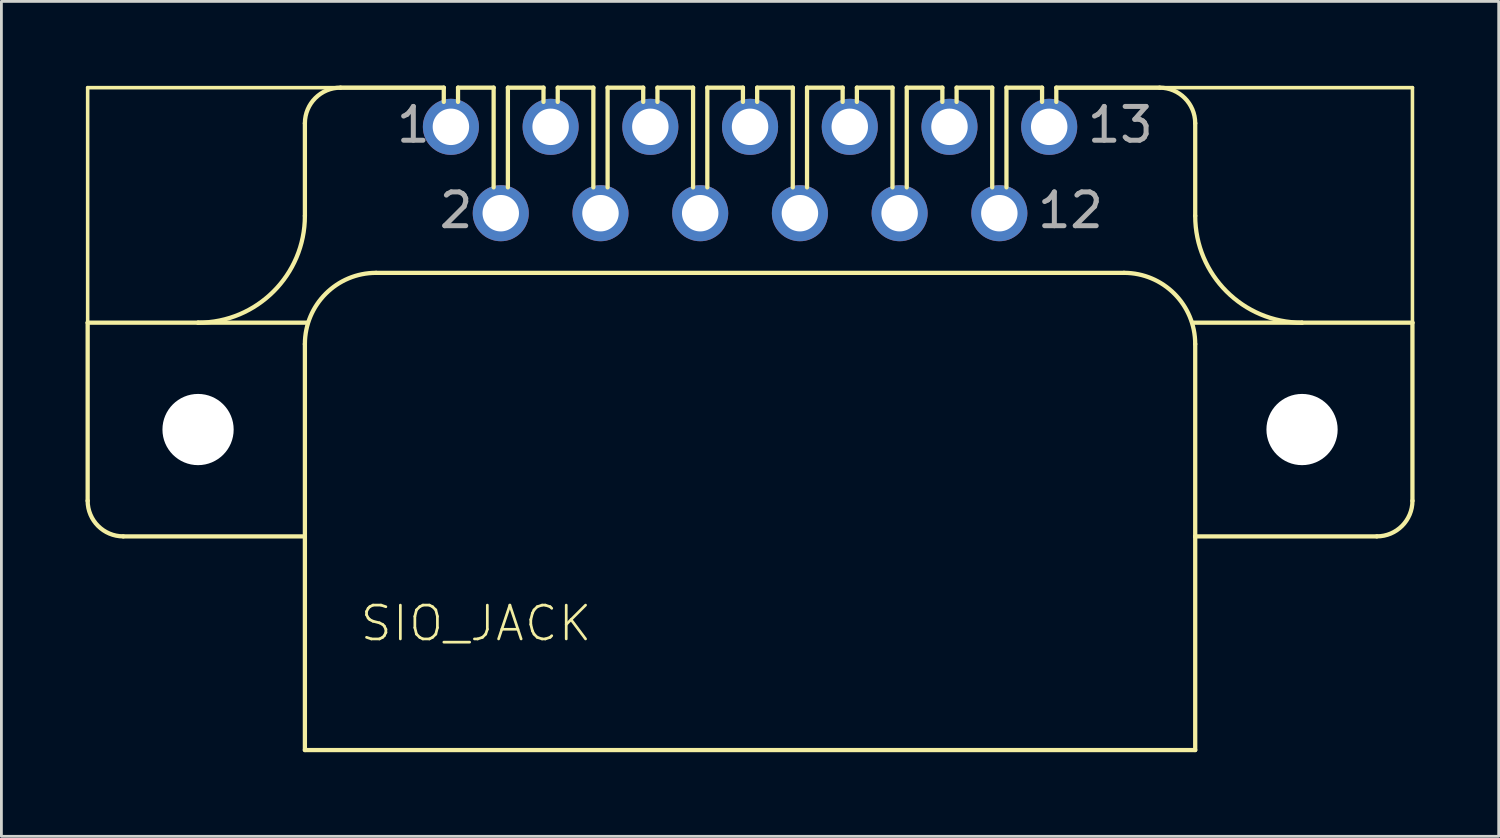
<source format=kicad_pcb>
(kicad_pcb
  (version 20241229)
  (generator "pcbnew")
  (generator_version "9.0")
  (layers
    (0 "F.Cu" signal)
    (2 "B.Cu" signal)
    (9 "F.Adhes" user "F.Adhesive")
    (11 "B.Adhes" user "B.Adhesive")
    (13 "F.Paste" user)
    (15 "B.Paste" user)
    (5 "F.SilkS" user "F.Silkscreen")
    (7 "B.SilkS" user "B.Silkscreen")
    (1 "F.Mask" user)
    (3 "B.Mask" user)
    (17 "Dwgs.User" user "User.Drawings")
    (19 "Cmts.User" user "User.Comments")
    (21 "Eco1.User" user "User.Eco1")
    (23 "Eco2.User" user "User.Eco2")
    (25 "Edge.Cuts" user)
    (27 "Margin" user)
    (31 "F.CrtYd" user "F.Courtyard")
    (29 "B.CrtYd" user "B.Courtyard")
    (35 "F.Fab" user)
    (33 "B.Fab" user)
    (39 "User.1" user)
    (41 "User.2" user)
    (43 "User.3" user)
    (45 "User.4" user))
  (footprint "SIO_JACK"
    (layer "F.Cu")
    (at 24.968 12.268)
    (property "Reference" "SIO_JACK" (at -15.24 7.62 180) (layer "F.SilkS") (effects (font (size 1.206 1.206) (thickness 0.097)) (justify left bottom)))
    (attr through_hole)
    (fp_line (start -24.892 -12.192) (end -12.192 -12.192) (stroke (width 0.127) (type solid)) (layer "F.SilkS"))
    (fp_line (start -24.892 -3.81) (end -24.892 -12.192) (stroke (width 0.127) (type solid)) (layer "F.SilkS"))
    (fp_line (start -24.892 -3.81) (end -20.955 -3.81) (stroke (width 0.152) (type solid)) (layer "F.SilkS"))
    (fp_line (start -24.892 2.54) (end -24.892 -3.81) (stroke (width 0.152) (type solid)) (layer "F.SilkS"))
    (fp_line (start -20.955 -3.81) (end -17.043 -3.81) (stroke (width 0.152) (type solid)) (layer "F.SilkS"))
    (fp_line (start -17.145 -10.922) (end -17.145 -7.62) (stroke (width 0.152) (type solid)) (layer "F.SilkS"))
    (fp_line (start -17.145 3.81) (end -23.622 3.81) (stroke (width 0.152) (type solid)) (layer "F.SilkS"))
    (fp_line (start -17.145 3.81) (end -17.145 -3.048) (stroke (width 0.152) (type solid)) (layer "F.SilkS"))
    (fp_line (start -17.145 11.43) (end -17.145 3.81) (stroke (width 0.152) (type solid)) (layer "F.SilkS"))
    (fp_line (start -15.875 -12.192) (end -12.192 -12.192) (stroke (width 0.152) (type solid)) (layer "F.SilkS"))
    (fp_line (start -12.192 -12.192) (end -12.192 -11.684) (stroke (width 0.152) (type solid)) (layer "F.SilkS"))
    (fp_line (start -11.684 -12.192) (end -11.684 -11.684) (stroke (width 0.152) (type solid)) (layer "F.SilkS"))
    (fp_line (start -11.684 -12.192) (end -10.414 -12.192) (stroke (width 0.152) (type solid)) (layer "F.SilkS"))
    (fp_line (start -10.414 -8.636) (end -10.414 -12.192) (stroke (width 0.152) (type solid)) (layer "F.SilkS"))
    (fp_line (start -9.906 -12.192) (end -8.636 -12.192) (stroke (width 0.152) (type solid)) (layer "F.SilkS"))
    (fp_line (start -9.906 -8.636) (end -9.906 -12.192) (stroke (width 0.152) (type solid)) (layer "F.SilkS"))
    (fp_line (start -8.636 -11.684) (end -8.636 -12.192) (stroke (width 0.152) (type solid)) (layer "F.SilkS"))
    (fp_line (start -8.128 -12.192) (end -6.858 -12.192) (stroke (width 0.152) (type solid)) (layer "F.SilkS"))
    (fp_line (start -8.128 -11.684) (end -8.128 -12.192) (stroke (width 0.152) (type solid)) (layer "F.SilkS"))
    (fp_line (start -6.858 -8.636) (end -6.858 -12.192) (stroke (width 0.152) (type solid)) (layer "F.SilkS"))
    (fp_line (start -6.35 -12.192) (end -5.08 -12.192) (stroke (width 0.152) (type solid)) (layer "F.SilkS"))
    (fp_line (start -6.35 -8.636) (end -6.35 -12.192) (stroke (width 0.152) (type solid)) (layer "F.SilkS"))
    (fp_line (start -5.08 -11.684) (end -5.08 -12.192) (stroke (width 0.152) (type solid)) (layer "F.SilkS"))
    (fp_line (start -4.572 -12.192) (end -3.302 -12.192) (stroke (width 0.152) (type solid)) (layer "F.SilkS"))
    (fp_line (start -4.572 -11.684) (end -4.572 -12.192) (stroke (width 0.152) (type solid)) (layer "F.SilkS"))
    (fp_line (start -3.302 -8.636) (end -3.302 -12.192) (stroke (width 0.152) (type solid)) (layer "F.SilkS"))
    (fp_line (start -2.794 -12.192) (end -1.524 -12.192) (stroke (width 0.152) (type solid)) (layer "F.SilkS"))
    (fp_line (start -2.794 -8.636) (end -2.794 -12.192) (stroke (width 0.152) (type solid)) (layer "F.SilkS"))
    (fp_line (start -1.524 -11.684) (end -1.524 -12.192) (stroke (width 0.152) (type solid)) (layer "F.SilkS"))
    (fp_line (start -1.016 -12.192) (end 0.254 -12.192) (stroke (width 0.152) (type solid)) (layer "F.SilkS"))
    (fp_line (start -1.016 -11.684) (end -1.016 -12.192) (stroke (width 0.152) (type solid)) (layer "F.SilkS"))
    (fp_line (start 0.254 -8.636) (end 0.254 -12.192) (stroke (width 0.152) (type solid)) (layer "F.SilkS"))
    (fp_line (start 0.762 -12.192) (end 2.032 -12.192) (stroke (width 0.152) (type solid)) (layer "F.SilkS"))
    (fp_line (start 0.762 -8.636) (end 0.762 -12.192) (stroke (width 0.152) (type solid)) (layer "F.SilkS"))
    (fp_line (start 2.032 -11.684) (end 2.032 -12.192) (stroke (width 0.152) (type solid)) (layer "F.SilkS"))
    (fp_line (start 2.54 -12.192) (end 3.81 -12.192) (stroke (width 0.152) (type solid)) (layer "F.SilkS"))
    (fp_line (start 2.54 -11.684) (end 2.54 -12.192) (stroke (width 0.152) (type solid)) (layer "F.SilkS"))
    (fp_line (start 3.81 -8.636) (end 3.81 -12.192) (stroke (width 0.152) (type solid)) (layer "F.SilkS"))
    (fp_line (start 4.318 -12.192) (end 5.588 -12.192) (stroke (width 0.152) (type solid)) (layer "F.SilkS"))
    (fp_line (start 4.318 -8.636) (end 4.318 -12.192) (stroke (width 0.152) (type solid)) (layer "F.SilkS"))
    (fp_line (start 5.588 -11.684) (end 5.588 -12.192) (stroke (width 0.152) (type solid)) (layer "F.SilkS"))
    (fp_line (start 6.096 -12.192) (end 7.366 -12.192) (stroke (width 0.152) (type solid)) (layer "F.SilkS"))
    (fp_line (start 6.096 -11.684) (end 6.096 -12.192) (stroke (width 0.152) (type solid)) (layer "F.SilkS"))
    (fp_line (start 7.366 -8.636) (end 7.366 -12.192) (stroke (width 0.152) (type solid)) (layer "F.SilkS"))
    (fp_line (start 7.874 -12.192) (end 9.144 -12.192) (stroke (width 0.152) (type solid)) (layer "F.SilkS"))
    (fp_line (start 7.874 -8.636) (end 7.874 -12.192) (stroke (width 0.152) (type solid)) (layer "F.SilkS"))
    (fp_line (start 9.144 -11.684) (end 9.144 -12.192) (stroke (width 0.152) (type solid)) (layer "F.SilkS"))
    (fp_line (start 9.652 -12.192) (end 13.335 -12.192) (stroke (width 0.152) (type solid)) (layer "F.SilkS"))
    (fp_line (start 9.652 -11.684) (end 9.652 -12.192) (stroke (width 0.152) (type solid)) (layer "F.SilkS"))
    (fp_line (start 12.065 -5.588) (end -14.605 -5.588) (stroke (width 0.152) (type solid)) (layer "F.SilkS"))
    (fp_line (start 14.503 -3.81) (end 18.415 -3.81) (stroke (width 0.152) (type solid)) (layer "F.SilkS"))
    (fp_line (start 14.605 -10.922) (end 14.605 -7.62) (stroke (width 0.152) (type solid)) (layer "F.SilkS"))
    (fp_line (start 14.605 3.81) (end 14.605 -3.048) (stroke (width 0.152) (type solid)) (layer "F.SilkS"))
    (fp_line (start 14.605 3.81) (end 14.605 11.43) (stroke (width 0.152) (type solid)) (layer "F.SilkS"))
    (fp_line (start 14.605 3.81) (end 21.082 3.81) (stroke (width 0.152) (type solid)) (layer "F.SilkS"))
    (fp_line (start 14.605 11.43) (end -17.145 11.43) (stroke (width 0.152) (type solid)) (layer "F.SilkS"))
    (fp_line (start 18.415 -3.81) (end 22.352 -3.81) (stroke (width 0.152) (type solid)) (layer "F.SilkS"))
    (fp_line (start 22.352 -12.192) (end 9.652 -12.192) (stroke (width 0.127) (type solid)) (layer "F.SilkS"))
    (fp_line (start 22.352 -3.81) (end 22.352 -12.192) (stroke (width 0.127) (type solid)) (layer "F.SilkS"))
    (fp_line (start 22.352 2.54) (end 22.352 -3.81) (stroke (width 0.152) (type solid)) (layer "F.SilkS"))
    (fp_arc (start -23.622 3.81) (mid -24.520026 3.438026) (end -24.892 2.54) (stroke (width 0.1524) (type solid)) (layer "F.SilkS"))
    (fp_arc (start -17.145 -10.922) (mid -16.773026 -11.820026) (end -15.875 -12.192) (stroke (width 0.1524) (type solid)) (layer "F.SilkS"))
    (fp_arc (start -17.145 -7.62) (mid -18.260923 -4.925923) (end -20.955 -3.81) (stroke (width 0.1524) (type solid)) (layer "F.SilkS"))
    (fp_arc (start -17.145 -3.048) (mid -16.401051 -4.844051) (end -14.605 -5.588) (stroke (width 0.1524) (type solid)) (layer "F.SilkS"))
    (fp_arc (start 12.065 -5.588) (mid 13.861051 -4.844051) (end 14.605 -3.048) (stroke (width 0.1524) (type solid)) (layer "F.SilkS"))
    (fp_arc (start 13.335 -12.192) (mid 14.233026 -11.820026) (end 14.605 -10.922) (stroke (width 0.1524) (type solid)) (layer "F.SilkS"))
    (fp_arc (start 18.415 -3.81) (mid 15.720923 -4.925923) (end 14.605 -7.62) (stroke (width 0.1524) (type solid)) (layer "F.SilkS"))
    (fp_arc (start 22.352 2.54) (mid 21.980026 3.438026) (end 21.082 3.81) (stroke (width 0.1524) (type solid)) (layer "F.SilkS"))
    (fp_text user "12" (at 8.89 -7.112 0) (layer "F.Fab") (effects (font (size 1.206 1.206) (thickness 0.178)) (justify left bottom)))
    (fp_text user "2" (at -12.446 -7.112 0) (layer "F.Fab") (effects (font (size 1.206 1.206) (thickness 0.178)) (justify left bottom)))
    (fp_text user "1" (at -13.97 -10.16 0) (layer "F.Fab") (effects (font (size 1.206 1.206) (thickness 0.178)) (justify left bottom)))
    (fp_text user "13" (at 10.668 -10.16 0) (layer "F.Fab") (effects (font (size 1.206 1.206) (thickness 0.178)) (justify left bottom)))
    (pad "" np_thru_hole circle (at -20.955 0) (size 2.54 2.54) (drill 2.54) (layers "*.Cu" "*.Mask"))
    (pad "" np_thru_hole circle (at 18.415 0) (size 2.54 2.54) (drill 2.54) (layers "*.Cu" "*.Mask"))
    (pad "1" thru_hole circle (at -11.938 -10.795) (size 2 2) (drill 1.3) (layers "*.Cu" "*.Mask"))
    (pad "2" thru_hole circle (at -10.16 -7.715) (size 2 2) (drill 1.3) (layers "*.Cu" "*.Mask"))
    (pad "3" thru_hole circle (at -8.382 -10.795) (size 2 2) (drill 1.3) (layers "*.Cu" "*.Mask"))
    (pad "4" thru_hole circle (at -6.604 -7.715) (size 2 2) (drill 1.3) (layers "*.Cu" "*.Mask"))
    (pad "5" thru_hole circle (at -4.826 -10.795) (size 2 2) (drill 1.3) (layers "*.Cu" "*.Mask"))
    (pad "6" thru_hole circle (at -3.048 -7.715) (size 2 2) (drill 1.3) (layers "*.Cu" "*.Mask"))
    (pad "7" thru_hole circle (at -1.27 -10.795) (size 2 2) (drill 1.3) (layers "*.Cu" "*.Mask"))
    (pad "8" thru_hole circle (at 0.508 -7.715) (size 2 2) (drill 1.3) (layers "*.Cu" "*.Mask"))
    (pad "9" thru_hole circle (at 2.286 -10.795) (size 2 2) (drill 1.3) (layers "*.Cu" "*.Mask"))
    (pad "10" thru_hole circle (at 4.064 -7.715) (size 2 2) (drill 1.3) (layers "*.Cu" "*.Mask"))
    (pad "11" thru_hole circle (at 5.842 -10.795) (size 2 2) (drill 1.3) (layers "*.Cu" "*.Mask"))
    (pad "12" thru_hole circle (at 7.62 -7.715) (size 2 2) (drill 1.3) (layers "*.Cu" "*.Mask"))
    (pad "13" thru_hole circle (at 9.398 -10.795) (size 2 2) (drill 1.3) (layers "*.Cu" "*.Mask")))
  (gr_rect
    (start -3 -3)
    (end 50.396 26.774)
    (stroke (width 0.1) (type default))
    (fill no)
    (layer "Edge.Cuts")))
</source>
